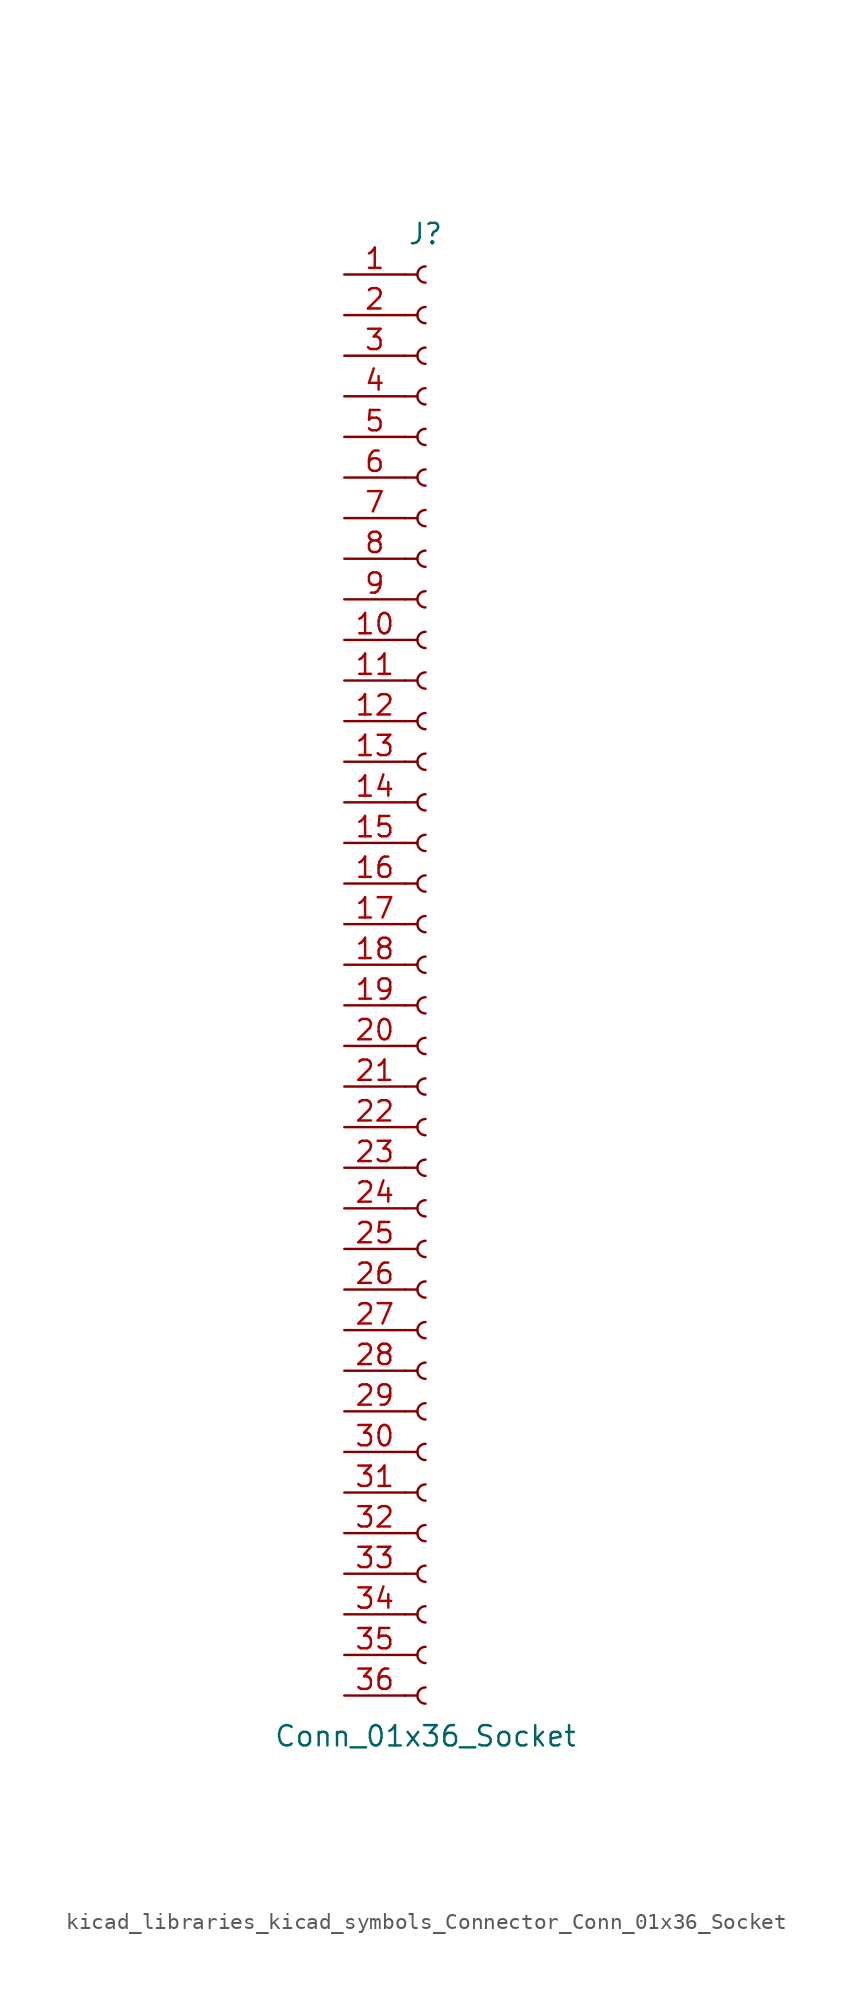
<source format=kicad_sym>
(kicad_symbol_lib
  (version 20220914)
  (generator kicad_symbol_editor)
  (symbol "kicad_libraries_kicad_symbols_Connector_Conn_01x36_Socket"
    (pin_names
      (offset 1.016) hide)
    (property "Reference" "J"
      (at 0 45.72 0)
      (effects (font (size 1.27 1.27))))
    (property "Value" "Conn_01x36_Socket"
      (at 0 -48.26 0)
      (effects (font (size 1.27 1.27))))
    (property "ki_locked" ""
      (at 0 0 0)
      (effects (font (size 1.27 1.27))))
    (symbol "kicad_libraries_kicad_symbols_Connector_Conn_01x36_Socket_1_1"
      (arc (start 0 -45.212) (mid -0.5058 -45.72) (end 0 -46.228) (stroke (width 0.1524) (type default)) (fill (type none)))
      (arc (start 0 -42.672) (mid -0.5058 -43.18) (end 0 -43.688) (stroke (width 0.1524) (type default)) (fill (type none)))
      (arc (start 0 -40.132) (mid -0.5058 -40.64) (end 0 -41.148) (stroke (width 0.1524) (type default)) (fill (type none)))
      (arc (start 0 -37.592) (mid -0.5058 -38.1) (end 0 -38.608) (stroke (width 0.1524) (type default)) (fill (type none)))
      (arc (start 0 -35.052) (mid -0.5058 -35.56) (end 0 -36.068) (stroke (width 0.1524) (type default)) (fill (type none)))
      (arc (start 0 -32.512) (mid -0.5058 -33.02) (end 0 -33.528) (stroke (width 0.1524) (type default)) (fill (type none)))
      (arc (start 0 -29.972) (mid -0.5058 -30.48) (end 0 -30.988) (stroke (width 0.1524) (type default)) (fill (type none)))
      (arc (start 0 -27.432) (mid -0.5058 -27.94) (end 0 -28.448) (stroke (width 0.1524) (type default)) (fill (type none)))
      (arc (start 0 -24.892) (mid -0.5058 -25.4) (end 0 -25.908) (stroke (width 0.1524) (type default)) (fill (type none)))
      (arc (start 0 -22.352) (mid -0.5058 -22.86) (end 0 -23.368) (stroke (width 0.1524) (type default)) (fill (type none)))
      (arc (start 0 -19.812) (mid -0.5058 -20.32) (end 0 -20.828) (stroke (width 0.1524) (type default)) (fill (type none)))
      (arc (start 0 -17.272) (mid -0.5058 -17.78) (end 0 -18.288) (stroke (width 0.1524) (type default)) (fill (type none)))
      (arc (start 0 -14.732) (mid -0.5058 -15.24) (end 0 -15.748) (stroke (width 0.1524) (type default)) (fill (type none)))
      (arc (start 0 -12.192) (mid -0.5058 -12.7) (end 0 -13.208) (stroke (width 0.1524) (type default)) (fill (type none)))
      (arc (start 0 -9.652) (mid -0.5058 -10.16) (end 0 -10.668) (stroke (width 0.1524) (type default)) (fill (type none)))
      (arc (start 0 -7.112) (mid -0.5058 -7.62) (end 0 -8.128) (stroke (width 0.1524) (type default)) (fill (type none)))
      (arc (start 0 -4.572) (mid -0.5058 -5.08) (end 0 -5.588) (stroke (width 0.1524) (type default)) (fill (type none)))
      (arc (start 0 -2.032) (mid -0.5058 -2.54) (end 0 -3.048) (stroke (width 0.1524) (type default)) (fill (type none)))
      (polyline (pts (xy -1.27 -45.72) (xy -0.508 -45.72)) (stroke (width 0.152) (type default)) (fill (type none)))
      (polyline (pts (xy -1.27 -43.18) (xy -0.508 -43.18)) (stroke (width 0.152) (type default)) (fill (type none)))
      (polyline (pts (xy -1.27 -40.64) (xy -0.508 -40.64)) (stroke (width 0.152) (type default)) (fill (type none)))
      (polyline (pts (xy -1.27 -38.1) (xy -0.508 -38.1)) (stroke (width 0.152) (type default)) (fill (type none)))
      (polyline (pts (xy -1.27 -35.56) (xy -0.508 -35.56)) (stroke (width 0.152) (type default)) (fill (type none)))
      (polyline (pts (xy -1.27 -33.02) (xy -0.508 -33.02)) (stroke (width 0.152) (type default)) (fill (type none)))
      (polyline (pts (xy -1.27 -30.48) (xy -0.508 -30.48)) (stroke (width 0.152) (type default)) (fill (type none)))
      (polyline (pts (xy -1.27 -27.94) (xy -0.508 -27.94)) (stroke (width 0.152) (type default)) (fill (type none)))
      (polyline (pts (xy -1.27 -25.4) (xy -0.508 -25.4)) (stroke (width 0.152) (type default)) (fill (type none)))
      (polyline (pts (xy -1.27 -22.86) (xy -0.508 -22.86)) (stroke (width 0.152) (type default)) (fill (type none)))
      (polyline (pts (xy -1.27 -20.32) (xy -0.508 -20.32)) (stroke (width 0.152) (type default)) (fill (type none)))
      (polyline (pts (xy -1.27 -17.78) (xy -0.508 -17.78)) (stroke (width 0.152) (type default)) (fill (type none)))
      (polyline (pts (xy -1.27 -15.24) (xy -0.508 -15.24)) (stroke (width 0.152) (type default)) (fill (type none)))
      (polyline (pts (xy -1.27 -12.7) (xy -0.508 -12.7)) (stroke (width 0.152) (type default)) (fill (type none)))
      (polyline (pts (xy -1.27 -10.16) (xy -0.508 -10.16)) (stroke (width 0.152) (type default)) (fill (type none)))
      (polyline (pts (xy -1.27 -7.62) (xy -0.508 -7.62)) (stroke (width 0.152) (type default)) (fill (type none)))
      (polyline (pts (xy -1.27 -5.08) (xy -0.508 -5.08)) (stroke (width 0.152) (type default)) (fill (type none)))
      (polyline (pts (xy -1.27 -2.54) (xy -0.508 -2.54)) (stroke (width 0.152) (type default)) (fill (type none)))
      (polyline (pts (xy -1.27 0) (xy -0.508 0)) (stroke (width 0.152) (type default)) (fill (type none)))
      (polyline (pts (xy -1.27 2.54) (xy -0.508 2.54)) (stroke (width 0.152) (type default)) (fill (type none)))
      (polyline (pts (xy -1.27 5.08) (xy -0.508 5.08)) (stroke (width 0.152) (type default)) (fill (type none)))
      (polyline (pts (xy -1.27 7.62) (xy -0.508 7.62)) (stroke (width 0.152) (type default)) (fill (type none)))
      (polyline (pts (xy -1.27 10.16) (xy -0.508 10.16)) (stroke (width 0.152) (type default)) (fill (type none)))
      (polyline (pts (xy -1.27 12.7) (xy -0.508 12.7)) (stroke (width 0.152) (type default)) (fill (type none)))
      (polyline (pts (xy -1.27 15.24) (xy -0.508 15.24)) (stroke (width 0.152) (type default)) (fill (type none)))
      (polyline (pts (xy -1.27 17.78) (xy -0.508 17.78)) (stroke (width 0.152) (type default)) (fill (type none)))
      (polyline (pts (xy -1.27 20.32) (xy -0.508 20.32)) (stroke (width 0.152) (type default)) (fill (type none)))
      (polyline (pts (xy -1.27 22.86) (xy -0.508 22.86)) (stroke (width 0.152) (type default)) (fill (type none)))
      (polyline (pts (xy -1.27 25.4) (xy -0.508 25.4)) (stroke (width 0.152) (type default)) (fill (type none)))
      (polyline (pts (xy -1.27 27.94) (xy -0.508 27.94)) (stroke (width 0.152) (type default)) (fill (type none)))
      (polyline (pts (xy -1.27 30.48) (xy -0.508 30.48)) (stroke (width 0.152) (type default)) (fill (type none)))
      (polyline (pts (xy -1.27 33.02) (xy -0.508 33.02)) (stroke (width 0.152) (type default)) (fill (type none)))
      (polyline (pts (xy -1.27 35.56) (xy -0.508 35.56)) (stroke (width 0.152) (type default)) (fill (type none)))
      (polyline (pts (xy -1.27 38.1) (xy -0.508 38.1)) (stroke (width 0.152) (type default)) (fill (type none)))
      (polyline (pts (xy -1.27 40.64) (xy -0.508 40.64)) (stroke (width 0.152) (type default)) (fill (type none)))
      (polyline (pts (xy -1.27 43.18) (xy -0.508 43.18)) (stroke (width 0.152) (type default)) (fill (type none)))
      (arc (start 0 0.508) (mid -0.5058 0) (end 0 -0.508) (stroke (width 0.1524) (type default)) (fill (type none)))
      (arc (start 0 3.048) (mid -0.5058 2.54) (end 0 2.032) (stroke (width 0.1524) (type default)) (fill (type none)))
      (arc (start 0 5.588) (mid -0.5058 5.08) (end 0 4.572) (stroke (width 0.1524) (type default)) (fill (type none)))
      (arc (start 0 8.128) (mid -0.5058 7.62) (end 0 7.112) (stroke (width 0.1524) (type default)) (fill (type none)))
      (arc (start 0 10.668) (mid -0.5058 10.16) (end 0 9.652) (stroke (width 0.1524) (type default)) (fill (type none)))
      (arc (start 0 13.208) (mid -0.5058 12.7) (end 0 12.192) (stroke (width 0.1524) (type default)) (fill (type none)))
      (arc (start 0 15.748) (mid -0.5058 15.24) (end 0 14.732) (stroke (width 0.1524) (type default)) (fill (type none)))
      (arc (start 0 18.288) (mid -0.5058 17.78) (end 0 17.272) (stroke (width 0.1524) (type default)) (fill (type none)))
      (arc (start 0 20.828) (mid -0.5058 20.32) (end 0 19.812) (stroke (width 0.1524) (type default)) (fill (type none)))
      (arc (start 0 23.368) (mid -0.5058 22.86) (end 0 22.352) (stroke (width 0.1524) (type default)) (fill (type none)))
      (arc (start 0 25.908) (mid -0.5058 25.4) (end 0 24.892) (stroke (width 0.1524) (type default)) (fill (type none)))
      (arc (start 0 28.448) (mid -0.5058 27.94) (end 0 27.432) (stroke (width 0.1524) (type default)) (fill (type none)))
      (arc (start 0 30.988) (mid -0.5058 30.48) (end 0 29.972) (stroke (width 0.1524) (type default)) (fill (type none)))
      (arc (start 0 33.528) (mid -0.5058 33.02) (end 0 32.512) (stroke (width 0.1524) (type default)) (fill (type none)))
      (arc (start 0 36.068) (mid -0.5058 35.56) (end 0 35.052) (stroke (width 0.1524) (type default)) (fill (type none)))
      (arc (start 0 38.608) (mid -0.5058 38.1) (end 0 37.592) (stroke (width 0.1524) (type default)) (fill (type none)))
      (arc (start 0 41.148) (mid -0.5058 40.64) (end 0 40.132) (stroke (width 0.1524) (type default)) (fill (type none)))
      (arc (start 0 43.688) (mid -0.5058 43.18) (end 0 42.672) (stroke (width 0.1524) (type default)) (fill (type none)))
      (pin passive line (at -5.08 43.18 0) (length 3.81) (name "Pin_1" (effects (font (size 1.27 1.27)))) (number "1" (effects (font (size 1.27 1.27)))))
      (pin passive line (at -5.08 20.32 0) (length 3.81) (name "Pin_10" (effects (font (size 1.27 1.27)))) (number "10" (effects (font (size 1.27 1.27)))))
      (pin passive line (at -5.08 17.78 0) (length 3.81) (name "Pin_11" (effects (font (size 1.27 1.27)))) (number "11" (effects (font (size 1.27 1.27)))))
      (pin passive line (at -5.08 15.24 0) (length 3.81) (name "Pin_12" (effects (font (size 1.27 1.27)))) (number "12" (effects (font (size 1.27 1.27)))))
      (pin passive line (at -5.08 12.7 0) (length 3.81) (name "Pin_13" (effects (font (size 1.27 1.27)))) (number "13" (effects (font (size 1.27 1.27)))))
      (pin passive line (at -5.08 10.16 0) (length 3.81) (name "Pin_14" (effects (font (size 1.27 1.27)))) (number "14" (effects (font (size 1.27 1.27)))))
      (pin passive line (at -5.08 7.62 0) (length 3.81) (name "Pin_15" (effects (font (size 1.27 1.27)))) (number "15" (effects (font (size 1.27 1.27)))))
      (pin passive line (at -5.08 5.08 0) (length 3.81) (name "Pin_16" (effects (font (size 1.27 1.27)))) (number "16" (effects (font (size 1.27 1.27)))))
      (pin passive line (at -5.08 2.54 0) (length 3.81) (name "Pin_17" (effects (font (size 1.27 1.27)))) (number "17" (effects (font (size 1.27 1.27)))))
      (pin passive line (at -5.08 0 0) (length 3.81) (name "Pin_18" (effects (font (size 1.27 1.27)))) (number "18" (effects (font (size 1.27 1.27)))))
      (pin passive line (at -5.08 -2.54 0) (length 3.81) (name "Pin_19" (effects (font (size 1.27 1.27)))) (number "19" (effects (font (size 1.27 1.27)))))
      (pin passive line (at -5.08 40.64 0) (length 3.81) (name "Pin_2" (effects (font (size 1.27 1.27)))) (number "2" (effects (font (size 1.27 1.27)))))
      (pin passive line (at -5.08 -5.08 0) (length 3.81) (name "Pin_20" (effects (font (size 1.27 1.27)))) (number "20" (effects (font (size 1.27 1.27)))))
      (pin passive line (at -5.08 -7.62 0) (length 3.81) (name "Pin_21" (effects (font (size 1.27 1.27)))) (number "21" (effects (font (size 1.27 1.27)))))
      (pin passive line (at -5.08 -10.16 0) (length 3.81) (name "Pin_22" (effects (font (size 1.27 1.27)))) (number "22" (effects (font (size 1.27 1.27)))))
      (pin passive line (at -5.08 -12.7 0) (length 3.81) (name "Pin_23" (effects (font (size 1.27 1.27)))) (number "23" (effects (font (size 1.27 1.27)))))
      (pin passive line (at -5.08 -15.24 0) (length 3.81) (name "Pin_24" (effects (font (size 1.27 1.27)))) (number "24" (effects (font (size 1.27 1.27)))))
      (pin passive line (at -5.08 -17.78 0) (length 3.81) (name "Pin_25" (effects (font (size 1.27 1.27)))) (number "25" (effects (font (size 1.27 1.27)))))
      (pin passive line (at -5.08 -20.32 0) (length 3.81) (name "Pin_26" (effects (font (size 1.27 1.27)))) (number "26" (effects (font (size 1.27 1.27)))))
      (pin passive line (at -5.08 -22.86 0) (length 3.81) (name "Pin_27" (effects (font (size 1.27 1.27)))) (number "27" (effects (font (size 1.27 1.27)))))
      (pin passive line (at -5.08 -25.4 0) (length 3.81) (name "Pin_28" (effects (font (size 1.27 1.27)))) (number "28" (effects (font (size 1.27 1.27)))))
      (pin passive line (at -5.08 -27.94 0) (length 3.81) (name "Pin_29" (effects (font (size 1.27 1.27)))) (number "29" (effects (font (size 1.27 1.27)))))
      (pin passive line (at -5.08 38.1 0) (length 3.81) (name "Pin_3" (effects (font (size 1.27 1.27)))) (number "3" (effects (font (size 1.27 1.27)))))
      (pin passive line (at -5.08 -30.48 0) (length 3.81) (name "Pin_30" (effects (font (size 1.27 1.27)))) (number "30" (effects (font (size 1.27 1.27)))))
      (pin passive line (at -5.08 -33.02 0) (length 3.81) (name "Pin_31" (effects (font (size 1.27 1.27)))) (number "31" (effects (font (size 1.27 1.27)))))
      (pin passive line (at -5.08 -35.56 0) (length 3.81) (name "Pin_32" (effects (font (size 1.27 1.27)))) (number "32" (effects (font (size 1.27 1.27)))))
      (pin passive line (at -5.08 -38.1 0) (length 3.81) (name "Pin_33" (effects (font (size 1.27 1.27)))) (number "33" (effects (font (size 1.27 1.27)))))
      (pin passive line (at -5.08 -40.64 0) (length 3.81) (name "Pin_34" (effects (font (size 1.27 1.27)))) (number "34" (effects (font (size 1.27 1.27)))))
      (pin passive line (at -5.08 -43.18 0) (length 3.81) (name "Pin_35" (effects (font (size 1.27 1.27)))) (number "35" (effects (font (size 1.27 1.27)))))
      (pin passive line (at -5.08 -45.72 0) (length 3.81) (name "Pin_36" (effects (font (size 1.27 1.27)))) (number "36" (effects (font (size 1.27 1.27)))))
      (pin passive line (at -5.08 35.56 0) (length 3.81) (name "Pin_4" (effects (font (size 1.27 1.27)))) (number "4" (effects (font (size 1.27 1.27)))))
      (pin passive line (at -5.08 33.02 0) (length 3.81) (name "Pin_5" (effects (font (size 1.27 1.27)))) (number "5" (effects (font (size 1.27 1.27)))))
      (pin passive line (at -5.08 30.48 0) (length 3.81) (name "Pin_6" (effects (font (size 1.27 1.27)))) (number "6" (effects (font (size 1.27 1.27)))))
      (pin passive line (at -5.08 27.94 0) (length 3.81) (name "Pin_7" (effects (font (size 1.27 1.27)))) (number "7" (effects (font (size 1.27 1.27)))))
      (pin passive line (at -5.08 25.4 0) (length 3.81) (name "Pin_8" (effects (font (size 1.27 1.27)))) (number "8" (effects (font (size 1.27 1.27)))))
      (pin passive line (at -5.08 22.86 0) (length 3.81) (name "Pin_9" (effects (font (size 1.27 1.27)))) (number "9" (effects (font (size 1.27 1.27))))))))
</source>
